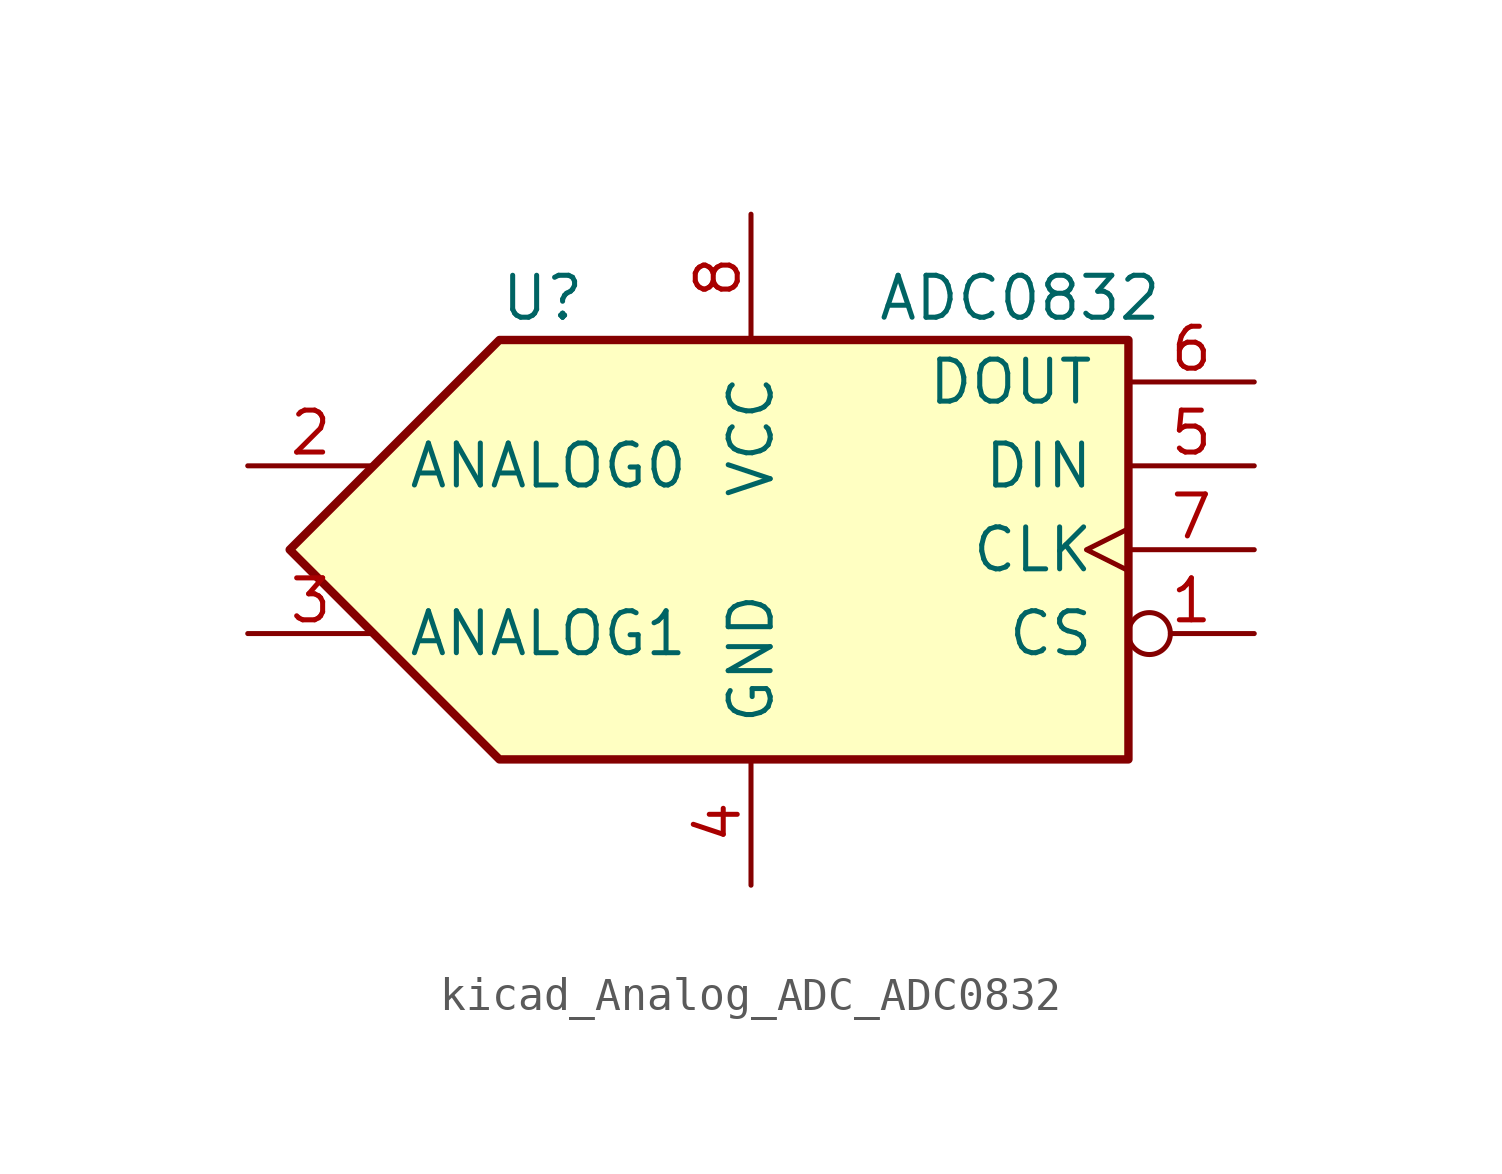
<source format=kicad_sym>
(kicad_symbol_lib
  (version 20220914)
  (generator kicad_symbol_editor)
  (symbol "kicad_Analog_ADC_ADC0832"
    (pin_names
      (offset 1.016))
    (property "Reference" "U"
      (at -7.62 7.62 0)
      (effects (font (size 1.27 1.27)) (justify left)))
    (property "Value" "ADC0832"
      (at 3.81 7.62 0)
      (effects (font (size 1.27 1.27)) (justify left)))
    (symbol "kicad_Analog_ADC_ADC0832_0_1"
      (polyline (pts (xy -13.97 0) (xy -7.62 6.35) (xy 11.43 6.35) (xy 11.43 -6.35) (xy -7.62 -6.35) (xy -13.97 0)) (stroke (width 0.254) (type default)) (fill (type background))))
    (symbol "kicad_Analog_ADC_ADC0832_1_1"
      (pin input inverted (at 15.24 -2.54 180) (length 3.81) (name "CS" (effects (font (size 1.27 1.27)))) (number "1" (effects (font (size 1.27 1.27)))))
      (pin input line (at -15.24 2.54 0) (length 3.81) (name "ANALOG0" (effects (font (size 1.27 1.27)))) (number "2" (effects (font (size 1.27 1.27)))))
      (pin input line (at -15.24 -2.54 0) (length 3.81) (name "ANALOG1" (effects (font (size 1.27 1.27)))) (number "3" (effects (font (size 1.27 1.27)))))
      (pin input line (at 0 -10.16 90) (length 3.81) (name "GND" (effects (font (size 1.27 1.27)))) (number "4" (effects (font (size 1.27 1.27)))))
      (pin input line (at 15.24 2.54 180) (length 3.81) (name "DIN" (effects (font (size 1.27 1.27)))) (number "5" (effects (font (size 1.27 1.27)))))
      (pin output line (at 15.24 5.08 180) (length 3.81) (name "DOUT" (effects (font (size 1.27 1.27)))) (number "6" (effects (font (size 1.27 1.27)))))
      (pin input clock (at 15.24 0 180) (length 3.81) (name "CLK" (effects (font (size 1.27 1.27)))) (number "7" (effects (font (size 1.27 1.27)))))
      (pin input line (at 0 10.16 270) (length 3.81) (name "VCC" (effects (font (size 1.27 1.27)))) (number "8" (effects (font (size 1.27 1.27))))))))
</source>
